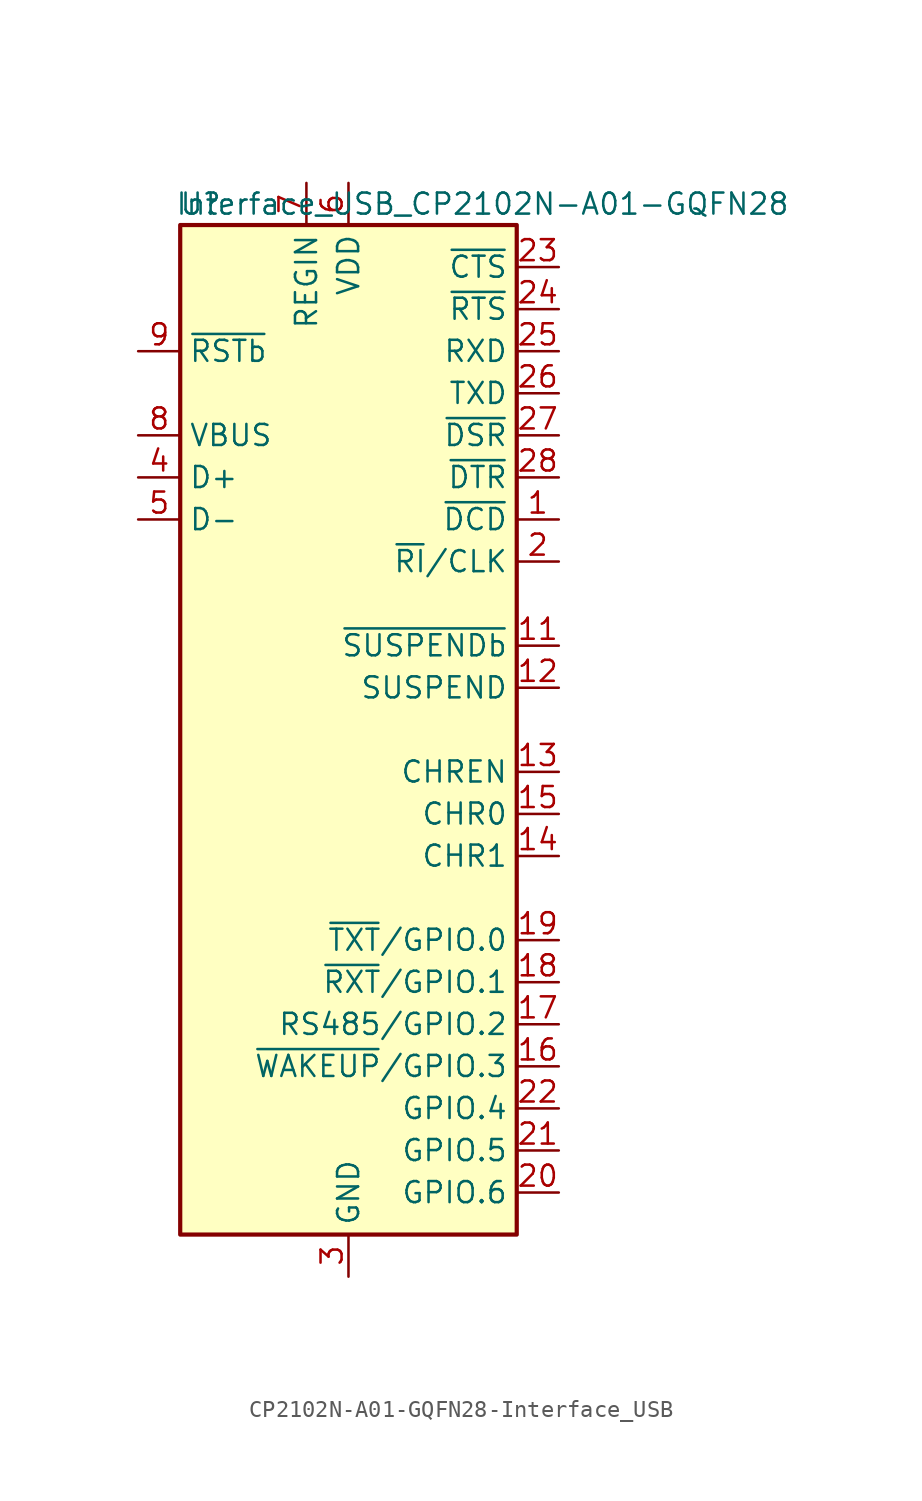
<source format=kicad_sym>
(kicad_symbol_lib
  (version 20241209)
  (generator "kicad_symbol_editor")
  (generator_version "9.0")
  (symbol "CP2102N-A01-GQFN28-Interface_USB"
    (property "Reference" "U"
      (at -7.62 31.75 0)
      (effects (font (size 1.27 1.27)) (justify right)))
    (property "Value" "Interface_USB_CP2102N-A01-GQFN28"
      (at 26.67 31.75 0)
      (effects (font (size 1.27 1.27)) (justify right)))
    (symbol "CP2102N-A01-GQFN28-Interface_USB_0_1"
      (rectangle (start -10.16 30.48) (end 10.16 -30.48) (stroke (width 0.254) (type solid)) (fill (type background))))
    (symbol "CP2102N-A01-GQFN28-Interface_USB_1_1"
      (pin input line (at -12.7 22.86 0) (length 2.54) (name "~{RSTb}" (effects (font (size 1.27 1.27)))) (number "9" (effects (font (size 1.27 1.27)))))
      (pin input line (at -12.7 17.78 0) (length 2.54) (name "VBUS" (effects (font (size 1.27 1.27)))) (number "8" (effects (font (size 1.27 1.27)))))
      (pin bidirectional line (at -12.7 15.24 0) (length 2.54) (name "D+" (effects (font (size 1.27 1.27)))) (number "4" (effects (font (size 1.27 1.27)))))
      (pin bidirectional line (at -12.7 12.7 0) (length 2.54) (name "D-" (effects (font (size 1.27 1.27)))) (number "5" (effects (font (size 1.27 1.27)))))
      (pin no_connect line (at -10.16 -10.16 0) (length 2.54) (hide yes) (name "NC" (effects (font (size 1.27 1.27)))) (number "10" (effects (font (size 1.27 1.27)))))
      (pin power_in line (at -2.54 33.02 270) (length 2.54) (name "REGIN" (effects (font (size 1.27 1.27)))) (number "7" (effects (font (size 1.27 1.27)))))
      (pin passive line (at 0 33.02 270) (length 2.54) (name "VDD" (effects (font (size 1.27 1.27)))) (number "6" (effects (font (size 1.27 1.27)))))
      (pin passive line (at 0 -33.02 90) (length 2.54) (hide yes) (name "GND" (effects (font (size 1.27 1.27)))) (number "29" (effects (font (size 1.27 1.27)))))
      (pin power_in line (at 0 -33.02 90) (length 2.54) (name "GND" (effects (font (size 1.27 1.27)))) (number "3" (effects (font (size 1.27 1.27)))))
      (pin input line (at 12.7 27.94 180) (length 2.54) (name "~{CTS}" (effects (font (size 1.27 1.27)))) (number "23" (effects (font (size 1.27 1.27)))))
      (pin output line (at 12.7 25.4 180) (length 2.54) (name "~{RTS}" (effects (font (size 1.27 1.27)))) (number "24" (effects (font (size 1.27 1.27)))))
      (pin input line (at 12.7 22.86 180) (length 2.54) (name "RXD" (effects (font (size 1.27 1.27)))) (number "25" (effects (font (size 1.27 1.27)))))
      (pin output line (at 12.7 20.32 180) (length 2.54) (name "TXD" (effects (font (size 1.27 1.27)))) (number "26" (effects (font (size 1.27 1.27)))))
      (pin input line (at 12.7 17.78 180) (length 2.54) (name "~{DSR}" (effects (font (size 1.27 1.27)))) (number "27" (effects (font (size 1.27 1.27)))))
      (pin output line (at 12.7 15.24 180) (length 2.54) (name "~{DTR}" (effects (font (size 1.27 1.27)))) (number "28" (effects (font (size 1.27 1.27)))))
      (pin input line (at 12.7 12.7 180) (length 2.54) (name "~{DCD}" (effects (font (size 1.27 1.27)))) (number "1" (effects (font (size 1.27 1.27)))))
      (pin bidirectional line (at 12.7 10.16 180) (length 2.54) (name "~{RI}/CLK" (effects (font (size 1.27 1.27)))) (number "2" (effects (font (size 1.27 1.27)))))
      (pin output line (at 12.7 5.08 180) (length 2.54) (name "~{SUSPENDb}" (effects (font (size 1.27 1.27)))) (number "11" (effects (font (size 1.27 1.27)))))
      (pin output line (at 12.7 2.54 180) (length 2.54) (name "SUSPEND" (effects (font (size 1.27 1.27)))) (number "12" (effects (font (size 1.27 1.27)))))
      (pin output line (at 12.7 -2.54 180) (length 2.54) (name "CHREN" (effects (font (size 1.27 1.27)))) (number "13" (effects (font (size 1.27 1.27)))))
      (pin output line (at 12.7 -5.08 180) (length 2.54) (name "CHR0" (effects (font (size 1.27 1.27)))) (number "15" (effects (font (size 1.27 1.27)))))
      (pin output line (at 12.7 -7.62 180) (length 2.54) (name "CHR1" (effects (font (size 1.27 1.27)))) (number "14" (effects (font (size 1.27 1.27)))))
      (pin bidirectional line (at 12.7 -12.7 180) (length 2.54) (name "~{TXT}/GPIO.0" (effects (font (size 1.27 1.27)))) (number "19" (effects (font (size 1.27 1.27)))))
      (pin bidirectional line (at 12.7 -15.24 180) (length 2.54) (name "~{RXT}/GPIO.1" (effects (font (size 1.27 1.27)))) (number "18" (effects (font (size 1.27 1.27)))))
      (pin bidirectional line (at 12.7 -17.78 180) (length 2.54) (name "RS485/GPIO.2" (effects (font (size 1.27 1.27)))) (number "17" (effects (font (size 1.27 1.27)))))
      (pin bidirectional line (at 12.7 -20.32 180) (length 2.54) (name "~{WAKEUP}/GPIO.3" (effects (font (size 1.27 1.27)))) (number "16" (effects (font (size 1.27 1.27)))))
      (pin bidirectional line (at 12.7 -22.86 180) (length 2.54) (name "GPIO.4" (effects (font (size 1.27 1.27)))) (number "22" (effects (font (size 1.27 1.27)))))
      (pin bidirectional line (at 12.7 -25.4 180) (length 2.54) (name "GPIO.5" (effects (font (size 1.27 1.27)))) (number "21" (effects (font (size 1.27 1.27)))))
      (pin bidirectional line (at 12.7 -27.94 180) (length 2.54) (name "GPIO.6" (effects (font (size 1.27 1.27)))) (number "20" (effects (font (size 1.27 1.27))))))))
</source>
